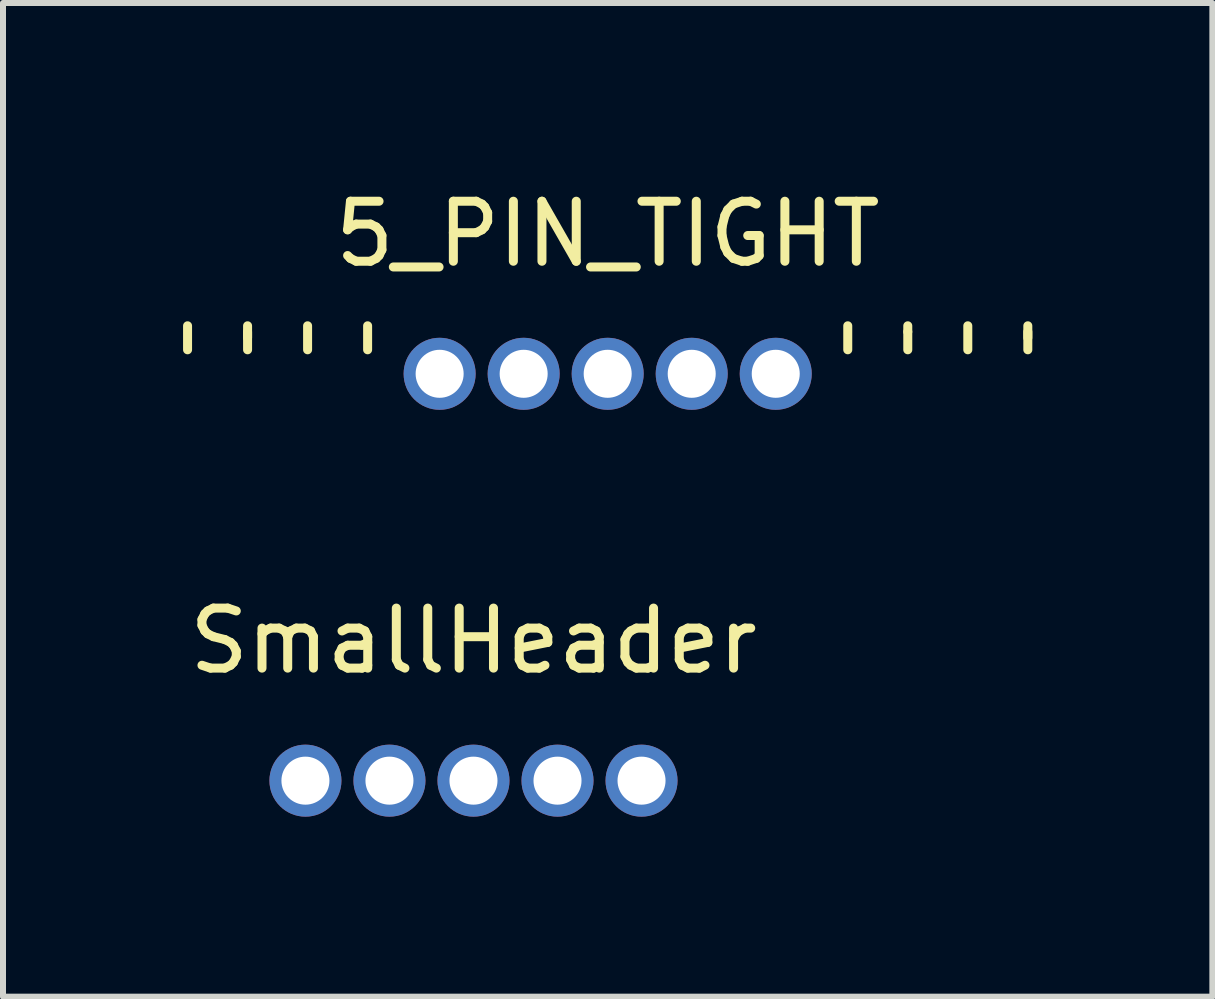
<source format=kicad_pcb>
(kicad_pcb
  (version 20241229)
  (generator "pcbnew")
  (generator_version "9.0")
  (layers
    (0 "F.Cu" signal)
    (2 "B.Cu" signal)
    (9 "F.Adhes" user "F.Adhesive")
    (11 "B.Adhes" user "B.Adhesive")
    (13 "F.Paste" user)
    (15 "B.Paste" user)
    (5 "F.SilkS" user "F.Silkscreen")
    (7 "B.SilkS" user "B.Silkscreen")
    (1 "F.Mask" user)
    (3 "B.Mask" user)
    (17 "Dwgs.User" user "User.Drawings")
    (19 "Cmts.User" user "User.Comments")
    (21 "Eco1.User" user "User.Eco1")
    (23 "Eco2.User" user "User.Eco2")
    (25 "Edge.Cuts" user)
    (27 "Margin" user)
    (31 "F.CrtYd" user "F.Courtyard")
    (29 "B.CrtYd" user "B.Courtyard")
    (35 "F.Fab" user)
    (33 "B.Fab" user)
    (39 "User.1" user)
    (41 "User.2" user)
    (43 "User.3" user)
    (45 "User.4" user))
  (footprint "5_PIN_TIGHT"
    (layer "F.Cu")
    (at 7.075 3.178)
    (property "Reference" "5_PIN_TIGHT" (at 0 -2.33 0) (layer "F.SilkS") (effects (font (size 1 1) (thickness 0.15))))
    (attr through_hole)
    (fp_line (start -7 -0.4) (end -7 -0.8) (stroke (width 0.15) (type solid)) (layer "F.SilkS"))
    (fp_line (start -6 -0.8) (end -6 -0.6) (stroke (width 0.15) (type solid)) (layer "F.SilkS"))
    (fp_line (start -6 -0.4) (end -6 -0.7) (stroke (width 0.15) (type solid)) (layer "F.SilkS"))
    (fp_line (start -5 -0.4) (end -5 -0.8) (stroke (width 0.15) (type solid)) (layer "F.SilkS"))
    (fp_line (start -4 -0.8) (end -4 -0.4) (stroke (width 0.15) (type solid)) (layer "F.SilkS"))
    (fp_line (start 4 -0.4) (end 4 -0.8) (stroke (width 0.15) (type solid)) (layer "F.SilkS"))
    (fp_line (start 5 -0.8) (end 5 -0.7) (stroke (width 0.15) (type solid)) (layer "F.SilkS"))
    (fp_line (start 5 -0.4) (end 5 -0.7) (stroke (width 0.15) (type solid)) (layer "F.SilkS"))
    (fp_line (start 6 -0.4) (end 6 -0.8) (stroke (width 0.15) (type solid)) (layer "F.SilkS"))
    (fp_line (start 7 -0.8) (end 7 -0.6) (stroke (width 0.15) (type solid)) (layer "F.SilkS"))
    (fp_line (start 7 -0.4) (end 7 -0.7) (stroke (width 0.15) (type solid)) (layer "F.SilkS"))
    (pad "1" thru_hole circle (at -2.8 0) (size 1.2 1.2) (drill 0.8) (layers "*.Cu" "*.Mask"))
    (pad "2" thru_hole circle (at -1.4 0) (size 1.2 1.2) (drill 0.8) (layers "*.Cu" "*.Mask"))
    (pad "3" thru_hole circle (at 0 0) (size 1.2 1.2) (drill 0.8) (layers "*.Cu" "*.Mask"))
    (pad "4" thru_hole circle (at 1.4 0) (size 1.2 1.2) (drill 0.8) (layers "*.Cu" "*.Mask"))
    (pad "5" thru_hole circle (at 2.8 0) (size 1.2 1.2) (drill 0.8) (layers "*.Cu" "*.Mask")))
  (footprint "SmallHeader"
    (layer "F.Cu")
    (at 4.839 9.957)
    (property "Reference" "SmallHeader" (at 0 -2.33 0) (layer "F.SilkS") (effects (font (size 1 1) (thickness 0.15))))
    (attr through_hole)
    (pad "1" thru_hole circle (at -2.8 0) (size 1.2 1.2) (drill 0.8) (layers "*.Cu" "*.Mask"))
    (pad "2" thru_hole circle (at -1.4 0) (size 1.2 1.2) (drill 0.8) (layers "*.Cu" "*.Mask"))
    (pad "3" thru_hole circle (at 0 0) (size 1.2 1.2) (drill 0.8) (layers "*.Cu" "*.Mask"))
    (pad "4" thru_hole circle (at 1.4 0) (size 1.2 1.2) (drill 0.8) (layers "*.Cu" "*.Mask"))
    (pad "5" thru_hole circle (at 2.8 0) (size 1.2 1.2) (drill 0.8) (layers "*.Cu" "*.Mask")))
  (gr_rect
    (start -3 -3)
    (end 17.15 13.556)
    (stroke (width 0.1) (type default))
    (fill no)
    (layer "Edge.Cuts")))
</source>
